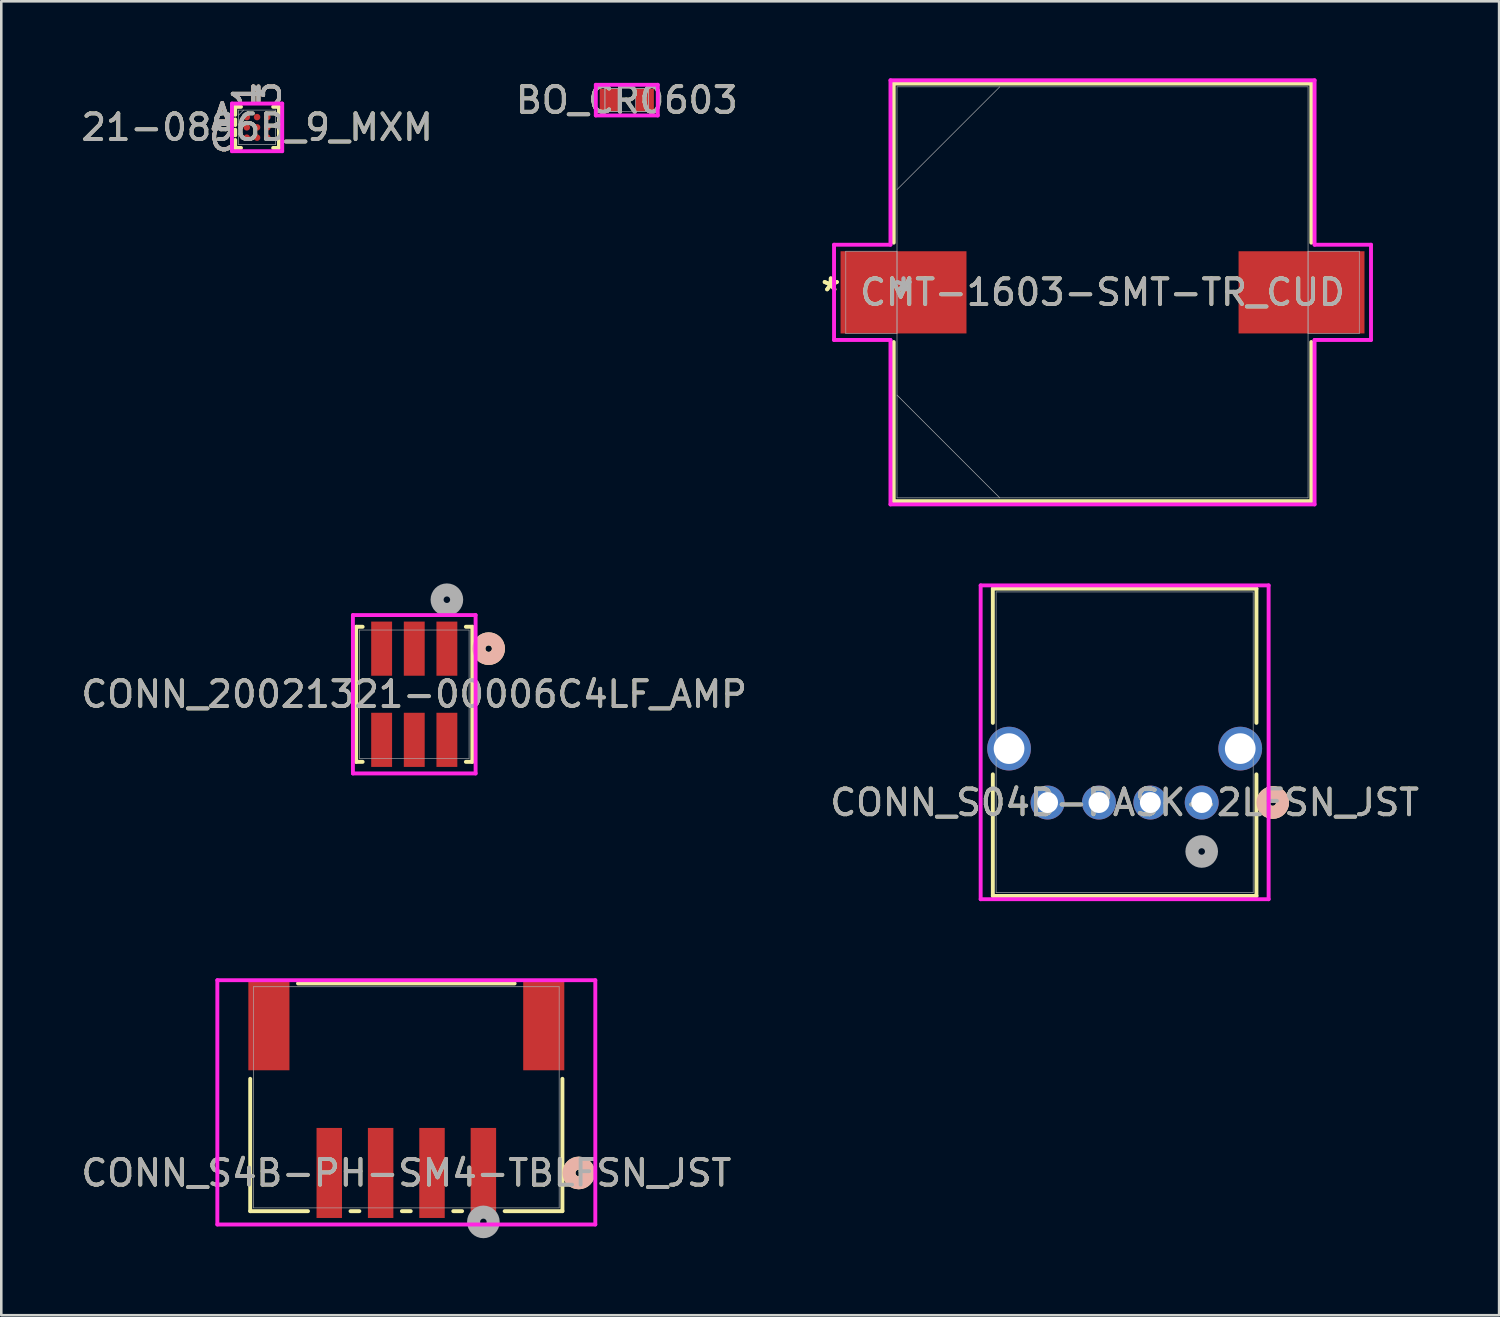
<source format=kicad_pcb>
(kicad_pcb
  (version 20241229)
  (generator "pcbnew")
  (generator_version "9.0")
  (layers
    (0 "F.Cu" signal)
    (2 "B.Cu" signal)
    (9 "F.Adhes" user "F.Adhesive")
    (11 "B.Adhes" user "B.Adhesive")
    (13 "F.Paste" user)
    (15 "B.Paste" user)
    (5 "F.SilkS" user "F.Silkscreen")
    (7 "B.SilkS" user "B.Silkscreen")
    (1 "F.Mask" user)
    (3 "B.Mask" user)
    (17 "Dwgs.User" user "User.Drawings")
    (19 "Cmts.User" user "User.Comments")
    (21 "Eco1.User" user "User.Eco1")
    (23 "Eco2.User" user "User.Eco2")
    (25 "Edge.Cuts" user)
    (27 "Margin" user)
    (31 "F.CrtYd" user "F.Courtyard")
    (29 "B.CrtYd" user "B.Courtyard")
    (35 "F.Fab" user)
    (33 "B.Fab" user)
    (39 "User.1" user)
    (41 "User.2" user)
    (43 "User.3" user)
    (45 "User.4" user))
  (footprint "21-0896B_9_MXM"
    (layer "F.Cu")
    (at 6.958 1.909)
    (property "Reference" "21-0896B_9_MXM" (at 0 0 0) (unlocked yes) (layer "F.SilkS") (effects (font (size 1 1) (thickness 0.15))))
    (attr smd)
    (fp_line (start -0.851 -0.8) (end -0.851 -0.49) (stroke (width 0.152) (type solid)) (layer "F.SilkS"))
    (fp_line (start -0.851 -0.31) (end -0.851 -0.09) (stroke (width 0.152) (type solid)) (layer "F.SilkS"))
    (fp_line (start -0.851 0.09) (end -0.851 0.31) (stroke (width 0.152) (type solid)) (layer "F.SilkS"))
    (fp_line (start -0.851 0.49) (end -0.851 0.8) (stroke (width 0.152) (type solid)) (layer "F.SilkS"))
    (fp_line (start -0.851 0.8) (end -0.626 0.8) (stroke (width 0.152) (type solid)) (layer "F.SilkS"))
    (fp_line (start -0.626 -0.8) (end -0.851 -0.8) (stroke (width 0.152) (type solid)) (layer "F.SilkS"))
    (fp_line (start 0.626 0.8) (end 0.851 0.8) (stroke (width 0.152) (type solid)) (layer "F.SilkS"))
    (fp_line (start 0.851 -0.8) (end 0.626 -0.8) (stroke (width 0.152) (type solid)) (layer "F.SilkS"))
    (fp_line (start 0.851 -0.49) (end 0.851 -0.8) (stroke (width 0.152) (type solid)) (layer "F.SilkS"))
    (fp_line (start 0.851 -0.09) (end 0.851 -0.31) (stroke (width 0.152) (type solid)) (layer "F.SilkS"))
    (fp_line (start 0.851 0.31) (end 0.851 0.09) (stroke (width 0.152) (type solid)) (layer "F.SilkS"))
    (fp_line (start 0.851 0.8) (end 0.851 0.49) (stroke (width 0.152) (type solid)) (layer "F.SilkS"))
    (fp_poly (pts (xy -1.044 -1.044) (xy 1.044 -1.044) (xy 1.044 1.044) (xy -1.044 1.044)) (stroke (width 0.1) (type solid)) (fill no) (layer "Eco2.User"))
    (fp_line (start -0.978 -0.927) (end 0.978 -0.927) (stroke (width 0.152) (type solid)) (layer "F.CrtYd"))
    (fp_line (start -0.978 0.927) (end -0.978 -0.927) (stroke (width 0.152) (type solid)) (layer "F.CrtYd"))
    (fp_line (start 0.978 -0.927) (end 0.978 0.927) (stroke (width 0.152) (type solid)) (layer "F.CrtYd"))
    (fp_line (start 0.978 0.927) (end -0.978 0.927) (stroke (width 0.152) (type solid)) (layer "F.CrtYd"))
    (fp_line (start -0.724 -0.673) (end -0.724 0.673) (stroke (width 0.025) (type solid)) (layer "F.Fab"))
    (fp_line (start -0.724 0.673) (end 0.724 0.673) (stroke (width 0.025) (type solid)) (layer "F.Fab"))
    (fp_line (start -0.524 -0.673) (end -0.724 -0.473) (stroke (width 0.025) (type solid)) (layer "F.Fab"))
    (fp_line (start 0.724 -0.673) (end -0.724 -0.673) (stroke (width 0.025) (type solid)) (layer "F.Fab"))
    (fp_line (start 0.724 0.673) (end 0.724 -0.673) (stroke (width 0.025) (type solid)) (layer "F.Fab"))
    (fp_text user "A" (at -1.359 -0.4 0) (unlocked yes) (layer "F.SilkS") (effects (font (size 1 1) (thickness 0.15))))
    (fp_text user "C" (at -1.359 0.4 0) (unlocked yes) (layer "F.SilkS") (effects (font (size 1 1) (thickness 0.15))))
    (fp_text user "3" (at 0.4 -1.308 90) (unlocked yes) (layer "F.SilkS") (effects (font (size 1 1) (thickness 0.15))))
    (fp_text user "1" (at -0.4 -1.308 90) (unlocked yes) (layer "F.SilkS") (effects (font (size 1 1) (thickness 0.15))))
    (fp_text user "C" (at -1.359 0.4 0) (unlocked yes) (layer "B.SilkS") (effects (font (size 1 1) (thickness 0.15))))
    (fp_text user "A" (at -1.359 -0.4 0) (unlocked yes) (layer "B.SilkS") (effects (font (size 1 1) (thickness 0.15))))
    (fp_text user "1" (at -0.4 -1.308 90) (unlocked yes) (layer "B.SilkS") (effects (font (size 1 1) (thickness 0.15))))
    (fp_text user "3" (at 0.4 -1.308 90) (unlocked yes) (layer "B.SilkS") (effects (font (size 1 1) (thickness 0.15))))
    (fp_text user "3" (at 0.4 -1.308 90) (unlocked yes) (layer "F.Fab") (effects (font (size 1 1) (thickness 0.15))))
    (fp_text user "1" (at -0.4 -1.308 90) (unlocked yes) (layer "F.Fab") (effects (font (size 1 1) (thickness 0.15))))
    (fp_text user "C" (at -1.359 0.4 0) (unlocked yes) (layer "F.Fab") (effects (font (size 1 1) (thickness 0.15))))
    (fp_text user "${REFERENCE}" (at 0 0 0) (unlocked yes) (layer "F.Fab") (effects (font (size 1 1) (thickness 0.15))))
    (fp_text user "A" (at -1.359 -0.4 0) (unlocked yes) (layer "F.Fab") (effects (font (size 1 1) (thickness 0.15))))
    (pad "A1" smd circle (at -0.4 -0.4) (size 0.254 0.254) (layers "F.Cu" "F.Mask" "F.Paste"))
    (pad "A2" smd circle (at 0 -0.4) (size 0.254 0.254) (layers "F.Cu" "F.Mask" "F.Paste"))
    (pad "A3" smd circle (at 0.4 -0.4) (size 0.254 0.254) (layers "F.Cu" "F.Mask" "F.Paste"))
    (pad "B1" smd circle (at -0.4 0) (size 0.254 0.254) (layers "F.Cu" "F.Mask" "F.Paste"))
    (pad "B2" smd circle (at 0 0) (size 0.254 0.254) (layers "F.Cu" "F.Mask" "F.Paste"))
    (pad "B3" smd circle (at 0.4 0) (size 0.254 0.254) (layers "F.Cu" "F.Mask" "F.Paste"))
    (pad "C1" smd circle (at -0.4 0.4) (size 0.254 0.254) (layers "F.Cu" "F.Mask" "F.Paste"))
    (pad "C2" smd circle (at 0 0.4) (size 0.254 0.254) (layers "F.Cu" "F.Mask" "F.Paste"))
    (pad "C3" smd circle (at 0.4 0.4) (size 0.254 0.254) (layers "F.Cu" "F.Mask" "F.Paste")))
  (footprint "CONN_S4B-PH-SM4-TBLFSN_JST"
    (layer "F.Cu")
    (at 12.768 39.668)
    (property "Reference" "CONN_S4B-PH-SM4-TBLFSN_JST" (at 0.000001 2.945 0) (unlocked yes) (layer "F.SilkS") (effects (font (size 1 1) (thickness 0.15))))
    (attr smd)
    (fp_line (start -6.077 -0.72) (end -6.077 4.432) (stroke (width 0.152) (type solid)) (layer "F.SilkS"))
    (fp_line (start -6.077 4.432) (end -3.828 4.432) (stroke (width 0.152) (type solid)) (layer "F.SilkS"))
    (fp_line (start -2.172 4.432) (end -1.828 4.432) (stroke (width 0.152) (type solid)) (layer "F.SilkS"))
    (fp_line (start -0.172 4.432) (end 0.172 4.432) (stroke (width 0.152) (type solid)) (layer "F.SilkS"))
    (fp_line (start 1.828 4.432) (end 2.172 4.432) (stroke (width 0.152) (type solid)) (layer "F.SilkS"))
    (fp_line (start 3.828 4.432) (end 6.077 4.432) (stroke (width 0.152) (type solid)) (layer "F.SilkS"))
    (fp_line (start 4.217 -4.432) (end -4.217 -4.432) (stroke (width 0.152) (type solid)) (layer "F.SilkS"))
    (fp_line (start 6.077 4.432) (end 6.077 -0.72) (stroke (width 0.152) (type solid)) (layer "F.SilkS"))
    (fp_circle (center 6.712 2.945) (end 7.093 2.945) (stroke (width 0.508) (type solid)) (fill no) (layer "F.SilkS"))
    (fp_circle (center 6.712 2.945) (end 7.093 2.945) (stroke (width 0.508) (type solid)) (fill no) (layer "B.SilkS"))
    (fp_line (start -7.357 -4.559) (end -7.357 4.951) (stroke (width 0.152) (type solid)) (layer "F.CrtYd"))
    (fp_line (start -7.357 4.951) (end 7.357 4.951) (stroke (width 0.152) (type solid)) (layer "F.CrtYd"))
    (fp_line (start 7.357 -4.559) (end -7.357 -4.559) (stroke (width 0.152) (type solid)) (layer "F.CrtYd"))
    (fp_line (start 7.357 4.951) (end 7.357 -4.559) (stroke (width 0.152) (type solid)) (layer "F.CrtYd"))
    (fp_line (start -5.95 -4.305) (end -5.95 4.305) (stroke (width 0.025) (type solid)) (layer "F.Fab"))
    (fp_line (start -5.95 4.305) (end 5.95 4.305) (stroke (width 0.025) (type solid)) (layer "F.Fab"))
    (fp_line (start 5.95 -4.305) (end -5.95 -4.305) (stroke (width 0.025) (type solid)) (layer "F.Fab"))
    (fp_line (start 5.95 4.305) (end 5.95 -4.305) (stroke (width 0.025) (type solid)) (layer "F.Fab"))
    (fp_circle (center 3 4.85) (end 3.381 4.85) (stroke (width 0.508) (type solid)) (fill no) (layer "F.Fab"))
    (fp_text user "${REFERENCE}" (at 0.000001 2.945 0) (unlocked yes) (layer "F.Fab") (effects (font (size 1 1) (thickness 0.15))))
    (pad "1" smd rect (at 3 2.945) (size 0.991 3.505) (layers "F.Cu" "F.Mask" "F.Paste"))
    (pad "2" smd rect (at 1 2.945) (size 0.991 3.505) (layers "F.Cu" "F.Mask" "F.Paste"))
    (pad "3" smd rect (at -1 2.945) (size 0.991 3.505) (layers "F.Cu" "F.Mask" "F.Paste"))
    (pad "4" smd rect (at -3 2.945) (size 0.991 3.505) (layers "F.Cu" "F.Mask" "F.Paste"))
    (pad "5" smd rect (at -5.35 -2.805 90) (size 3.505 1.6) (layers "F.Cu" "F.Mask" "F.Paste"))
    (pad "6" smd rect (at 5.35 -2.805 90) (size 3.505 1.6) (layers "F.Cu" "F.Mask" "F.Paste")))
  (footprint "BO_CR0603"
    (layer "F.Cu")
    (at 21.351 0.848)
    (property "Reference" "BO_CR0603" (at 0 0 0) (unlocked yes) (layer "F.SilkS") (effects (font (size 1 1) (thickness 0.15))))
    (attr smd)
    (fp_line (start -1.206 -0.597) (end 1.206 -0.597) (stroke (width 0.152) (type solid)) (layer "F.CrtYd"))
    (fp_line (start -1.206 0.597) (end -1.206 -0.597) (stroke (width 0.152) (type solid)) (layer "F.CrtYd"))
    (fp_line (start 1.206 -0.597) (end 1.206 0.597) (stroke (width 0.152) (type solid)) (layer "F.CrtYd"))
    (fp_line (start 1.206 0.597) (end -1.206 0.597) (stroke (width 0.152) (type solid)) (layer "F.CrtYd"))
    (fp_line (start -0.851 -0.445) (end -0.851 0.445) (stroke (width 0.025) (type solid)) (layer "F.Fab"))
    (fp_line (start -0.851 -0.445) (end -0.851 0.445) (stroke (width 0.025) (type solid)) (layer "F.Fab"))
    (fp_line (start -0.851 0.445) (end -0.343 0.445) (stroke (width 0.025) (type solid)) (layer "F.Fab"))
    (fp_line (start -0.851 0.445) (end 0.851 0.445) (stroke (width 0.025) (type solid)) (layer "F.Fab"))
    (fp_line (start -0.343 -0.445) (end -0.851 -0.445) (stroke (width 0.025) (type solid)) (layer "F.Fab"))
    (fp_line (start -0.343 0.445) (end -0.343 -0.445) (stroke (width 0.025) (type solid)) (layer "F.Fab"))
    (fp_line (start 0.343 -0.445) (end 0.343 0.445) (stroke (width 0.025) (type solid)) (layer "F.Fab"))
    (fp_line (start 0.343 0.445) (end 0.851 0.445) (stroke (width 0.025) (type solid)) (layer "F.Fab"))
    (fp_line (start 0.851 -0.445) (end -0.851 -0.445) (stroke (width 0.025) (type solid)) (layer "F.Fab"))
    (fp_line (start 0.851 -0.445) (end 0.343 -0.445) (stroke (width 0.025) (type solid)) (layer "F.Fab"))
    (fp_line (start 0.851 0.445) (end 0.851 -0.445) (stroke (width 0.025) (type solid)) (layer "F.Fab"))
    (fp_line (start 0.851 0.445) (end 0.851 -0.445) (stroke (width 0.025) (type solid)) (layer "F.Fab"))
    (fp_text user "${REFERENCE}" (at 0 0 0) (unlocked yes) (layer "F.Fab") (effects (font (size 1 1) (thickness 0.15))))
    (pad "1" smd rect (at -0.699 0) (size 0.711 0.889) (layers "F.Cu" "F.Mask" "F.Paste"))
    (pad "2" smd rect (at 0.699 0) (size 0.711 0.889) (layers "F.Cu" "F.Mask" "F.Paste"))
    (zone (net_name "") (layer "F.Cu") (hatch full 0.508) (connect_pads) (min_thickness 0.254) (filled_areas_thickness no) (keepout (tracks not_allowed) (vias not_allowed) (pads allowed) (copperpour not_allowed) (footprints allowed)) (placement (enabled no)) (fill) (polygon (pts (xy 21.059 0.455) (xy 21.643 0.455) (xy 21.643 1.242) (xy 21.059 1.242)))))
  (footprint "CONN_S04B-PASK-2LFSN_JST"
    (layer "F.Cu")
    (at 43.732 28.193)
    (property "Reference" "CONN_S04B-PASK-2LFSN_JST" (at -3 0 0) (unlocked yes) (layer "F.SilkS") (effects (font (size 1 1) (thickness 0.15))))
    (attr through_hole)
    (fp_line (start -8.131 -8.327) (end -8.131 -3.102) (stroke (width 0.152) (type solid)) (layer "F.SilkS"))
    (fp_line (start -8.131 -1.098) (end -8.131 3.636) (stroke (width 0.152) (type solid)) (layer "F.SilkS"))
    (fp_line (start -8.131 3.636) (end 2.131 3.636) (stroke (width 0.152) (type solid)) (layer "F.SilkS"))
    (fp_line (start 2.131 -8.327) (end -8.131 -8.327) (stroke (width 0.152) (type solid)) (layer "F.SilkS"))
    (fp_line (start 2.131 -3.102) (end 2.131 -8.327) (stroke (width 0.152) (type solid)) (layer "F.SilkS"))
    (fp_line (start 2.131 3.636) (end 2.131 -1.098) (stroke (width 0.152) (type solid)) (layer "F.SilkS"))
    (fp_circle (center 2.766 0) (end 3.147 0) (stroke (width 0.508) (type solid)) (fill no) (layer "F.SilkS"))
    (fp_circle (center 2.766 0) (end 3.147 0) (stroke (width 0.508) (type solid)) (fill no) (layer "B.SilkS"))
    (fp_line (start -8.605 -8.454) (end -8.605 3.763) (stroke (width 0.152) (type solid)) (layer "F.CrtYd"))
    (fp_line (start -8.605 3.763) (end 2.605 3.763) (stroke (width 0.152) (type solid)) (layer "F.CrtYd"))
    (fp_line (start 2.605 -8.454) (end -8.605 -8.454) (stroke (width 0.152) (type solid)) (layer "F.CrtYd"))
    (fp_line (start 2.605 3.763) (end 2.605 -8.454) (stroke (width 0.152) (type solid)) (layer "F.CrtYd"))
    (fp_line (start -8.004 -8.2) (end -8.004 3.509) (stroke (width 0.025) (type solid)) (layer "F.Fab"))
    (fp_line (start -8.004 3.509) (end 2.004 3.509) (stroke (width 0.025) (type solid)) (layer "F.Fab"))
    (fp_line (start 2.004 -8.2) (end -8.004 -8.2) (stroke (width 0.025) (type solid)) (layer "F.Fab"))
    (fp_line (start 2.004 3.509) (end 2.004 -8.2) (stroke (width 0.025) (type solid)) (layer "F.Fab"))
    (fp_circle (center 0 1.905) (end 0.381 1.905) (stroke (width 0.508) (type solid)) (fill no) (layer "F.Fab"))
    (fp_text user "${REFERENCE}" (at -3 0 0) (unlocked yes) (layer "F.Fab") (effects (font (size 1 1) (thickness 0.15))))
    (pad "1" thru_hole circle (at 0 0) (size 1.321 1.321) (drill 0.813) (layers "*.Cu" "*.Mask"))
    (pad "2" thru_hole circle (at -2 0) (size 1.321 1.321) (drill 0.813) (layers "*.Cu" "*.Mask"))
    (pad "3" thru_hole circle (at -4 0) (size 1.321 1.321) (drill 0.813) (layers "*.Cu" "*.Mask"))
    (pad "4" thru_hole circle (at -6 0) (size 1.321 1.321) (drill 0.813) (layers "*.Cu" "*.Mask"))
    (pad "5" thru_hole circle (at -7.5 -2.1 90) (size 1.702 1.702) (drill 1.194) (layers "*.Cu" "*.Mask"))
    (pad "6" thru_hole circle (at 1.5 -2.1 90) (size 1.702 1.702) (drill 1.194) (layers "*.Cu" "*.Mask")))
  (footprint "CONN_20021321-00006C4LF_AMP"
    (layer "F.Cu")
    (at 13.077 23.979)
    (property "Reference" "CONN_20021321-00006C4LF_AMP" (at 0 -0.002 0) (unlocked yes) (layer "F.SilkS") (effects (font (size 1 1) (thickness 0.15))))
    (attr smd)
    (fp_line (start -2.261 -2.629) (end -2.261 2.629) (stroke (width 0.152) (type solid)) (layer "F.SilkS"))
    (fp_line (start -2.261 2.629) (end -2.009 2.629) (stroke (width 0.152) (type solid)) (layer "F.SilkS"))
    (fp_line (start -2.009 -2.629) (end -2.261 -2.629) (stroke (width 0.152) (type solid)) (layer "F.SilkS"))
    (fp_line (start 2.009 2.629) (end 2.261 2.629) (stroke (width 0.152) (type solid)) (layer "F.SilkS"))
    (fp_line (start 2.261 -2.629) (end 2.009 -2.629) (stroke (width 0.152) (type solid)) (layer "F.SilkS"))
    (fp_line (start 2.261 2.629) (end 2.261 -2.629) (stroke (width 0.152) (type solid)) (layer "F.SilkS"))
    (fp_circle (center 2.896 -1.777) (end 3.277 -1.777) (stroke (width 0.508) (type solid)) (fill no) (layer "F.SilkS"))
    (fp_circle (center 2.896 -1.777) (end 3.277 -1.777) (stroke (width 0.508) (type solid)) (fill no) (layer "B.SilkS"))
    (fp_line (start -2.388 -3.085) (end -2.388 3.081) (stroke (width 0.152) (type solid)) (layer "F.CrtYd"))
    (fp_line (start -2.388 3.081) (end 2.388 3.081) (stroke (width 0.152) (type solid)) (layer "F.CrtYd"))
    (fp_line (start 2.388 -3.085) (end -2.388 -3.085) (stroke (width 0.152) (type solid)) (layer "F.CrtYd"))
    (fp_line (start 2.388 3.081) (end 2.388 -3.085) (stroke (width 0.152) (type solid)) (layer "F.CrtYd"))
    (fp_line (start -2.134 -2.502) (end -2.134 2.502) (stroke (width 0.025) (type solid)) (layer "F.Fab"))
    (fp_line (start -2.134 2.502) (end 2.134 2.502) (stroke (width 0.025) (type solid)) (layer "F.Fab"))
    (fp_line (start 2.134 -2.502) (end -2.134 -2.502) (stroke (width 0.025) (type solid)) (layer "F.Fab"))
    (fp_line (start 2.134 2.502) (end 2.134 -2.502) (stroke (width 0.025) (type solid)) (layer "F.Fab"))
    (fp_circle (center 1.27 -3.682) (end 1.651 -3.682) (stroke (width 0.508) (type solid)) (fill no) (layer "F.Fab"))
    (fp_text user "${REFERENCE}" (at 0 -0.002 0) (unlocked yes) (layer "F.Fab") (effects (font (size 1 1) (thickness 0.15))))
    (pad "1" smd rect (at 1.27 -1.777) (size 0.813 2.108) (layers "F.Cu" "F.Mask" "F.Paste"))
    (pad "2" smd rect (at 1.27 1.773) (size 0.813 2.108) (layers "F.Cu" "F.Mask" "F.Paste"))
    (pad "3" smd rect (at 0 -1.777) (size 0.813 2.108) (layers "F.Cu" "F.Mask" "F.Paste"))
    (pad "4" smd rect (at 0 1.773) (size 0.813 2.108) (layers "F.Cu" "F.Mask" "F.Paste"))
    (pad "5" smd rect (at -1.27 -1.777) (size 0.813 2.108) (layers "F.Cu" "F.Mask" "F.Paste"))
    (pad "6" smd rect (at -1.27 1.773) (size 0.813 2.108) (layers "F.Cu" "F.Mask" "F.Paste")))
  (footprint "CMT-1603-SMT-TR_CUD"
    (layer "F.Cu")
    (at 39.871 8.331)
    (property "Reference" "CMT-1603-SMT-TR_CUD" (at 0 0 0) (unlocked yes) (layer "F.SilkS") (effects (font (size 1 1) (thickness 0.15))))
    (attr smd)
    (fp_line (start -8.128 -8.128) (end -8.128 -1.933) (stroke (width 0.152) (type solid)) (layer "F.SilkS"))
    (fp_line (start -8.128 1.933) (end -8.128 8.128) (stroke (width 0.152) (type solid)) (layer "F.SilkS"))
    (fp_line (start -8.128 8.128) (end 8.128 8.128) (stroke (width 0.152) (type solid)) (layer "F.SilkS"))
    (fp_line (start 8.128 -8.128) (end -8.128 -8.128) (stroke (width 0.152) (type solid)) (layer "F.SilkS"))
    (fp_line (start 8.128 -1.933) (end 8.128 -8.128) (stroke (width 0.152) (type solid)) (layer "F.SilkS"))
    (fp_line (start 8.128 8.128) (end 8.128 1.933) (stroke (width 0.152) (type solid)) (layer "F.SilkS"))
    (fp_line (start -10.452 -1.854) (end -8.255 -1.854) (stroke (width 0.152) (type solid)) (layer "F.CrtYd"))
    (fp_line (start -10.452 1.854) (end -10.452 -1.854) (stroke (width 0.152) (type solid)) (layer "F.CrtYd"))
    (fp_line (start -8.255 -8.255) (end 8.255 -8.255) (stroke (width 0.152) (type solid)) (layer "F.CrtYd"))
    (fp_line (start -8.255 -1.854) (end -8.255 -8.255) (stroke (width 0.152) (type solid)) (layer "F.CrtYd"))
    (fp_line (start -8.255 1.854) (end -10.452 1.854) (stroke (width 0.152) (type solid)) (layer "F.CrtYd"))
    (fp_line (start -8.255 8.255) (end -8.255 1.854) (stroke (width 0.152) (type solid)) (layer "F.CrtYd"))
    (fp_line (start 8.255 -8.255) (end 8.255 -1.854) (stroke (width 0.152) (type solid)) (layer "F.CrtYd"))
    (fp_line (start 8.255 -1.854) (end 10.452 -1.854) (stroke (width 0.152) (type solid)) (layer "F.CrtYd"))
    (fp_line (start 8.255 1.854) (end 8.255 8.255) (stroke (width 0.152) (type solid)) (layer "F.CrtYd"))
    (fp_line (start 8.255 8.255) (end -8.255 8.255) (stroke (width 0.152) (type solid)) (layer "F.CrtYd"))
    (fp_line (start 10.452 -1.854) (end 10.452 1.854) (stroke (width 0.152) (type solid)) (layer "F.CrtYd"))
    (fp_line (start 10.452 1.854) (end 8.255 1.854) (stroke (width 0.152) (type solid)) (layer "F.CrtYd"))
    (fp_line (start -9.995 -1.6) (end -9.995 1.6) (stroke (width 0.025) (type solid)) (layer "F.Fab"))
    (fp_line (start -9.995 1.6) (end -8.001 1.6) (stroke (width 0.025) (type solid)) (layer "F.Fab"))
    (fp_line (start -8.001 -8.001) (end -8.001 8.001) (stroke (width 0.025) (type solid)) (layer "F.Fab"))
    (fp_line (start -8.001 -4) (end -4 -8.001) (stroke (width 0.025) (type solid)) (layer "F.Fab"))
    (fp_line (start -8.001 -1.6) (end -9.995 -1.6) (stroke (width 0.025) (type solid)) (layer "F.Fab"))
    (fp_line (start -8.001 1.6) (end -8.001 -1.6) (stroke (width 0.025) (type solid)) (layer "F.Fab"))
    (fp_line (start -8.001 4) (end -4 8.001) (stroke (width 0.025) (type solid)) (layer "F.Fab"))
    (fp_line (start -8.001 8.001) (end 8.001 8.001) (stroke (width 0.025) (type solid)) (layer "F.Fab"))
    (fp_line (start 8.001 -8.001) (end -8.001 -8.001) (stroke (width 0.025) (type solid)) (layer "F.Fab"))
    (fp_line (start 8.001 -1.6) (end 8.001 1.6) (stroke (width 0.025) (type solid)) (layer "F.Fab"))
    (fp_line (start 8.001 1.6) (end 9.995 1.6) (stroke (width 0.025) (type solid)) (layer "F.Fab"))
    (fp_line (start 8.001 8.001) (end 8.001 -8.001) (stroke (width 0.025) (type solid)) (layer "F.Fab"))
    (fp_line (start 9.995 -1.6) (end 8.001 -1.6) (stroke (width 0.025) (type solid)) (layer "F.Fab"))
    (fp_line (start 9.995 1.6) (end 9.995 -1.6) (stroke (width 0.025) (type solid)) (layer "F.Fab"))
    (fp_text user "*" (at -10.579 0 0) (unlocked yes) (layer "F.SilkS") (effects (font (size 1 1) (thickness 0.15))))
    (fp_text user "*" (at -10.579 0 0) (layer "F.SilkS") (effects (font (size 1 1) (thickness 0.15))))
    (fp_text user "${REFERENCE}" (at 0 0 0) (unlocked yes) (layer "F.Fab") (effects (font (size 1 1) (thickness 0.15))))
    (fp_text user "*" (at -7.747 0 0) (layer "F.Fab") (effects (font (size 1 1) (thickness 0.15))))
    (fp_text user "*" (at -7.747 0 0) (unlocked yes) (layer "F.Fab") (effects (font (size 1 1) (thickness 0.15))))
    (pad "1" smd rect (at -7.747 0) (size 4.902 3.2) (layers "F.Cu" "F.Mask" "F.Paste"))
    (pad "2" smd rect (at 7.747 0) (size 4.902 3.2) (layers "F.Cu" "F.Mask" "F.Paste"))
    (zone (net_name "") (layer "F.Cu") (hatch full 0.508) (connect_pads) (min_thickness 0.254) (filled_areas_thickness no) (keepout (tracks not_allowed) (vias not_allowed) (pads allowed) (copperpour not_allowed) (footprints allowed)) (placement (enabled no)) (fill) (polygon (pts (xy 34.626 0.381) (xy 45.116 0.381) (xy 45.116 16.281) (xy 34.626 16.281)))))
  (gr_rect
    (start -3 -3)
    (end 55.31 48.152)
    (stroke (width 0.1) (type default))
    (fill no)
    (layer "Edge.Cuts")))
</source>
